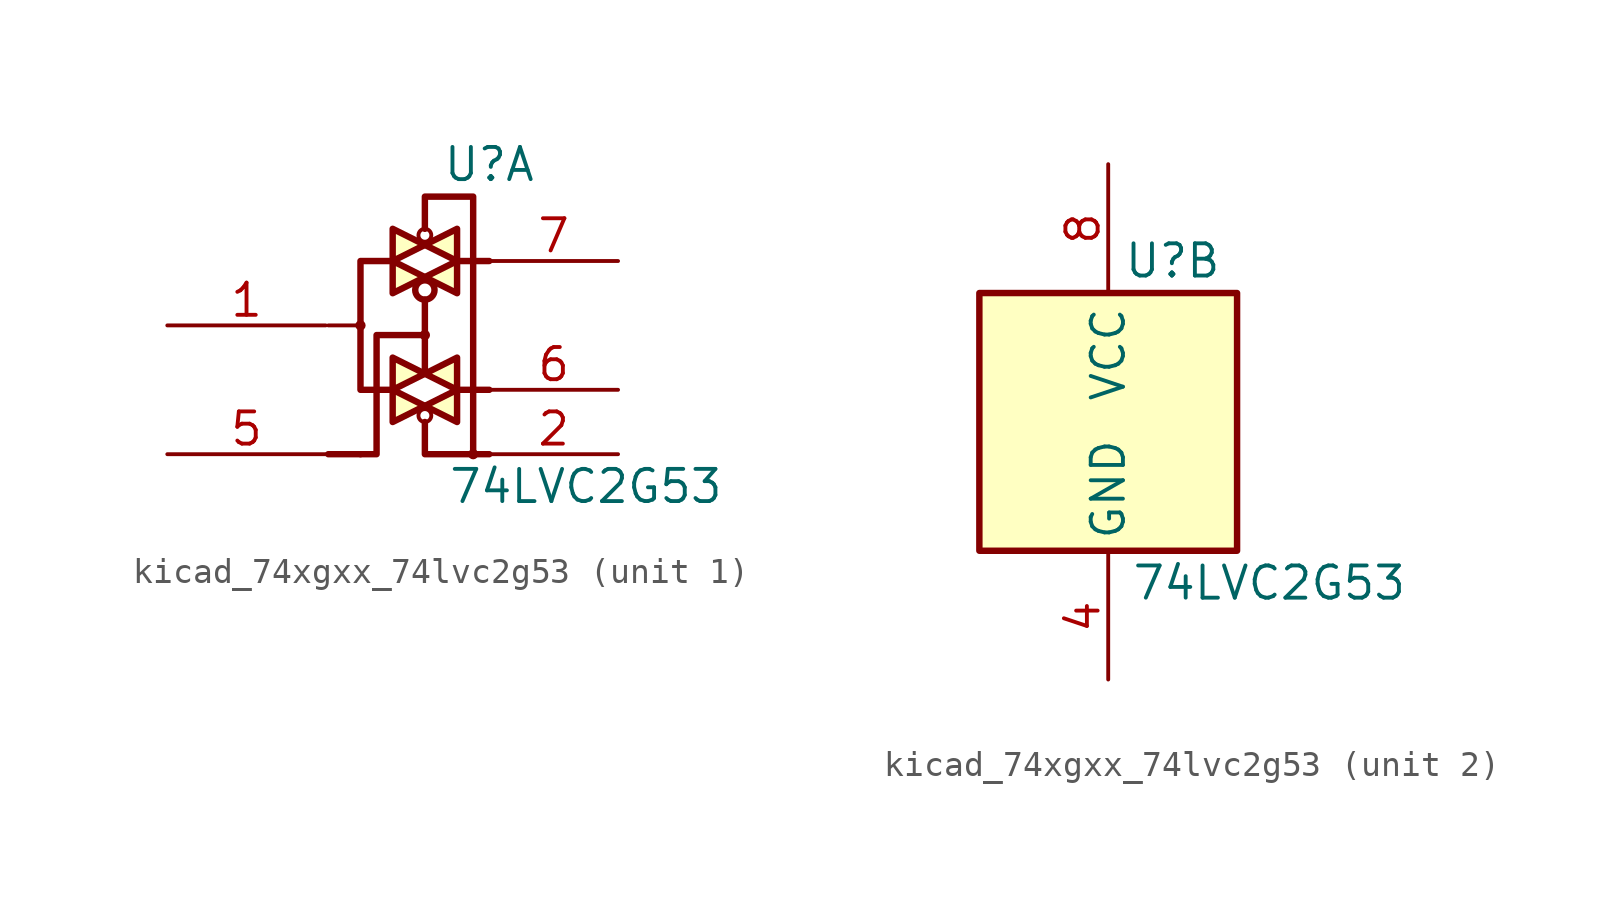
<source format=kicad_sym>
(kicad_symbol_lib
  (version 20220914)
  (generator kicad_symbol_editor)
  (symbol "kicad_74xgxx_74lvc2g53"
    (property "Reference" "U"
      (at 2.54 6.35 0)
      (effects (font (size 1.27 1.27))))
    (property "Value" "74LVC2G53"
      (at 6.35 -6.35 0)
      (effects (font (size 1.27 1.27))))
    (property "ki_locked" ""
      (at 0 0 0)
      (effects (font (size 1.27 1.27))))
    (symbol "kicad_74xgxx_74lvc2g53_1_1"
      (circle (center -2.54 0) (radius 0.127) (stroke (width 0) (type default)) (fill (type none)))
      (circle (center 0 -3.556) (radius 0.254) (stroke (width 0) (type default)) (fill (type none)))
      (circle (center 0 -0.381) (radius 0.127) (stroke (width 0) (type default)) (fill (type none)))
      (polyline (pts (xy -3.81 -5.08) (xy -2.54 -5.08)) (stroke (width 0.254) (type default)) (fill (type background)))
      (polyline (pts (xy -3.81 0) (xy -2.54 0)) (stroke (width 0) (type default)) (fill (type background)))
      (polyline (pts (xy 2.54 -2.54) (xy 1.27 -2.54)) (stroke (width 0.254) (type default)) (fill (type background)))
      (polyline (pts (xy 2.54 2.54) (xy 1.27 2.54)) (stroke (width 0.254) (type default)) (fill (type background)))
      (polyline (pts (xy 0 -3.81) (xy 0 -5.08) (xy 2.54 -5.08)) (stroke (width 0.254) (type default)) (fill (type none)))
      (polyline (pts (xy 0 1.016) (xy 0 0) (xy 0 -1.905)) (stroke (width 0.254) (type default)) (fill (type background)))
      (polyline (pts (xy -1.27 -2.54) (xy 0 -3.175) (xy -1.27 -3.81) (xy -1.27 -2.54)) (stroke (width 0.254) (type default)) (fill (type background)))
      (polyline (pts (xy -1.27 -1.27) (xy -1.27 -2.54) (xy 0 -1.905) (xy -1.27 -1.27)) (stroke (width 0.254) (type default)) (fill (type background)))
      (polyline (pts (xy -1.27 2.54) (xy 0 1.905) (xy -1.27 1.27) (xy -1.27 2.54)) (stroke (width 0.254) (type default)) (fill (type background)))
      (polyline (pts (xy -1.27 3.81) (xy 0 3.175) (xy -1.27 2.54) (xy -1.27 3.81)) (stroke (width 0.254) (type default)) (fill (type background)))
      (polyline (pts (xy 0 -0.381) (xy -1.905 -0.381) (xy -1.905 -5.08) (xy -2.54 -5.08)) (stroke (width 0.254) (type default)) (fill (type none)))
      (polyline (pts (xy 1.27 -2.54) (xy 0 -3.175) (xy 1.27 -3.81) (xy 1.27 -2.54)) (stroke (width 0.254) (type default)) (fill (type background)))
      (polyline (pts (xy 1.27 -1.27) (xy 1.27 -2.54) (xy 0 -1.905) (xy 1.27 -1.27)) (stroke (width 0.254) (type default)) (fill (type background)))
      (polyline (pts (xy 1.27 2.54) (xy 1.27 1.27) (xy 0 1.905) (xy 1.27 2.54)) (stroke (width 0.254) (type default)) (fill (type background)))
      (polyline (pts (xy 1.27 2.54) (xy 1.27 3.81) (xy 0 3.175) (xy 1.27 2.54)) (stroke (width 0.254) (type default)) (fill (type background)))
      (polyline (pts (xy 1.905 -5.08) (xy 1.905 5.08) (xy 0 5.08) (xy 0 3.81)) (stroke (width 0.254) (type default)) (fill (type none)))
      (polyline (pts (xy -1.27 2.54) (xy -2.54 2.54) (xy -2.54 0) (xy -2.54 -2.54) (xy -1.27 -2.54)) (stroke (width 0.254) (type default)) (fill (type none)))
      (circle (center 0 1.397) (radius 0.381) (stroke (width 0.254) (type default)) (fill (type none)))
      (circle (center 0 3.556) (radius 0.254) (stroke (width 0) (type default)) (fill (type none)))
      (circle (center 1.905 -5.08) (radius 0.127) (stroke (width 0) (type default)) (fill (type none)))
      (pin bidirectional line (at -10.16 0 0) (length 6.25) (name "~" (effects (font (size 1.27 1.27)))) (number "1" (effects (font (size 1.27 1.27)))))
      (pin input line (at 7.62 -5.08 180) (length 5.08) (name "~" (effects (font (size 1.27 1.27)))) (number "2" (effects (font (size 1.27 1.27)))))
      (pin input line (at -10.16 -5.08 0) (length 6.25) (name "~" (effects (font (size 1.27 1.27)))) (number "5" (effects (font (size 1.27 1.27)))))
      (pin bidirectional line (at 7.62 -2.54 180) (length 5.08) (name "~" (effects (font (size 1.27 1.27)))) (number "6" (effects (font (size 1.27 1.27)))))
      (pin bidirectional line (at 7.62 2.54 180) (length 5.08) (name "~" (effects (font (size 1.27 1.27)))) (number "7" (effects (font (size 1.27 1.27))))))
    (symbol "kicad_74xgxx_74lvc2g53_2_1"
      (rectangle (start -5.08 5.08) (end 5.08 -5.08) (stroke (width 0.254) (type default)) (fill (type background)))
      (pin passive line (at 0 -10.157 90) (length 4.95) hide (name "GND" (effects (font (size 1.27 1.27)))) (number "3" (effects (font (size 1.27 1.27)))))
      (pin power_in line (at 0 -10.157 90) (length 4.95) (name "GND" (effects (font (size 1.27 1.27)))) (number "4" (effects (font (size 1.27 1.27)))))
      (pin power_in line (at 0 10.16 270) (length 5.08) (name "VCC" (effects (font (size 1.27 1.27)))) (number "8" (effects (font (size 1.27 1.27))))))))
</source>
